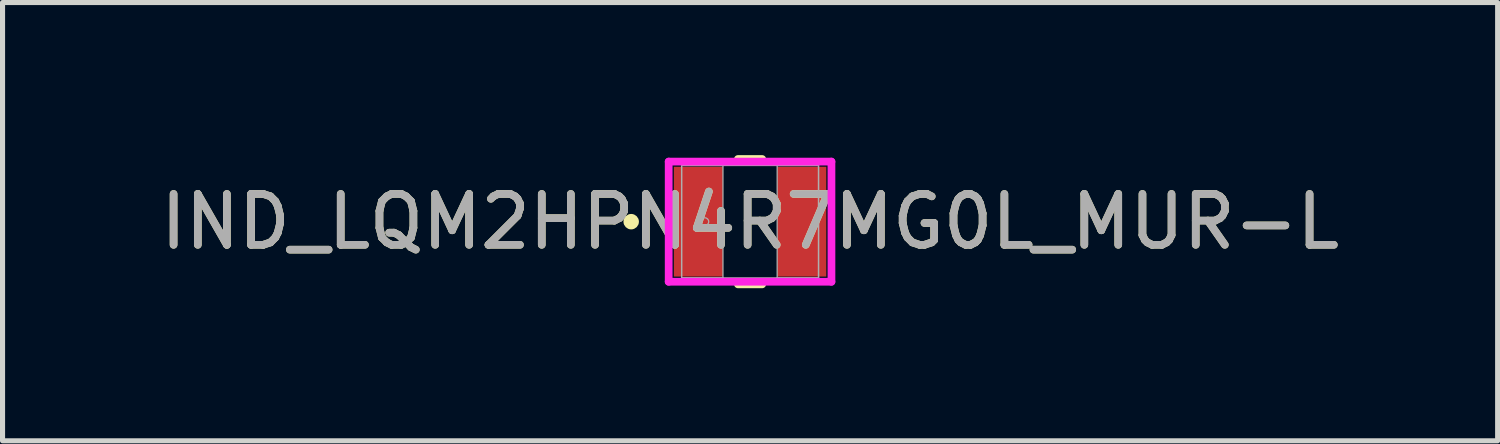
<source format=kicad_pcb>
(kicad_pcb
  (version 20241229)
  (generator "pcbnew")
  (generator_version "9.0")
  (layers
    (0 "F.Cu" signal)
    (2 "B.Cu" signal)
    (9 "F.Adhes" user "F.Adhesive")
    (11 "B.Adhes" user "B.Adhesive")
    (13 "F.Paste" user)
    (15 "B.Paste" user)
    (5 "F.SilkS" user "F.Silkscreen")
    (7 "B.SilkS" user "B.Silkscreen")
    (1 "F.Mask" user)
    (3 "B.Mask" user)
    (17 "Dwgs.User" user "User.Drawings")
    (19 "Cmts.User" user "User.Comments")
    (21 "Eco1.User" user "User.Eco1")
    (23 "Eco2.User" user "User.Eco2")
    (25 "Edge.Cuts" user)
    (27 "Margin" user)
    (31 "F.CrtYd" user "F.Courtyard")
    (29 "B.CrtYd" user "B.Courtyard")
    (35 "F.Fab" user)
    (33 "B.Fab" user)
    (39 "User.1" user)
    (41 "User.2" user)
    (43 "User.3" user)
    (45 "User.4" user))
  (footprint "IND_LQM2HPN4R7MG0L_MUR-L"
    (layer "F.Cu")
    (at 11.696 1.308)
    (property "Reference" "IND_LQM2HPN4R7MG0L_MUR-L" (at 0 0 0) (unlocked yes) (layer "F.SilkS") (effects (font (size 1 1) (thickness 0.15))))
    (attr smd)
    (fp_line (start -0.238 1.232) (end 0.238 1.232) (stroke (width 0.152) (type solid)) (layer "F.SilkS"))
    (fp_line (start 0.238 -1.232) (end -0.238 -1.232) (stroke (width 0.152) (type solid)) (layer "F.SilkS"))
    (fp_circle (center -2.337 0) (end -2.261 0) (stroke (width 0.152) (type solid)) (fill no) (layer "F.SilkS"))
    (fp_line (start -1.6 -1.181) (end 1.6 -1.181) (stroke (width 0.152) (type solid)) (layer "F.CrtYd"))
    (fp_line (start -1.6 1.181) (end -1.6 -1.181) (stroke (width 0.152) (type solid)) (layer "F.CrtYd"))
    (fp_line (start 1.6 -1.181) (end 1.6 1.181) (stroke (width 0.152) (type solid)) (layer "F.CrtYd"))
    (fp_line (start 1.6 1.181) (end -1.6 1.181) (stroke (width 0.152) (type solid)) (layer "F.CrtYd"))
    (fp_line (start -1.346 -1.105) (end -1.346 1.105) (stroke (width 0.025) (type solid)) (layer "F.Fab"))
    (fp_line (start -1.346 -1.105) (end -1.346 1.105) (stroke (width 0.025) (type solid)) (layer "F.Fab"))
    (fp_line (start -1.346 1.105) (end -0.533 1.105) (stroke (width 0.025) (type solid)) (layer "F.Fab"))
    (fp_line (start -1.346 1.105) (end 1.346 1.105) (stroke (width 0.025) (type solid)) (layer "F.Fab"))
    (fp_line (start -0.533 -1.105) (end -1.346 -1.105) (stroke (width 0.025) (type solid)) (layer "F.Fab"))
    (fp_line (start -0.533 1.105) (end -0.533 -1.105) (stroke (width 0.025) (type solid)) (layer "F.Fab"))
    (fp_line (start 0.533 -1.105) (end 0.533 1.105) (stroke (width 0.025) (type solid)) (layer "F.Fab"))
    (fp_line (start 0.533 1.105) (end 1.346 1.105) (stroke (width 0.025) (type solid)) (layer "F.Fab"))
    (fp_line (start 1.346 -1.105) (end -1.346 -1.105) (stroke (width 0.025) (type solid)) (layer "F.Fab"))
    (fp_line (start 1.346 -1.105) (end 0.533 -1.105) (stroke (width 0.025) (type solid)) (layer "F.Fab"))
    (fp_line (start 1.346 1.105) (end 1.346 -1.105) (stroke (width 0.025) (type solid)) (layer "F.Fab"))
    (fp_line (start 1.346 1.105) (end 1.346 -1.105) (stroke (width 0.025) (type solid)) (layer "F.Fab"))
    (fp_circle (center -0.889 0) (end -0.813 0) (stroke (width 0.025) (type solid)) (fill no) (layer "F.Fab"))
    (fp_text user "${REFERENCE}" (at 0 0 0) (unlocked yes) (layer "F.Fab") (effects (font (size 1 1) (thickness 0.15))))
    (pad "1" smd rect (at -1.016 0) (size 0.965 2.159) (layers "F.Cu" "F.Mask" "F.Paste"))
    (pad "2" smd rect (at 1.016 0) (size 0.965 2.159) (layers "F.Cu" "F.Mask" "F.Paste"))
    (zone (net_name "") (layer "F.Cu") (hatch full 0.508) (connect_pads) (min_thickness 0.254) (filled_areas_thickness no) (keepout (tracks not_allowed) (vias not_allowed) (pads allowed) (copperpour not_allowed) (footprints allowed)) (placement (enabled no)) (fill) (polygon (pts (xy 11.214 0.254) (xy 12.179 0.254) (xy 12.179 2.362) (xy 11.214 2.362)))))
  (gr_rect
    (start -3 -3)
    (end 26.393 5.616)
    (stroke (width 0.1) (type default))
    (fill no)
    (layer "Edge.Cuts")))
</source>
